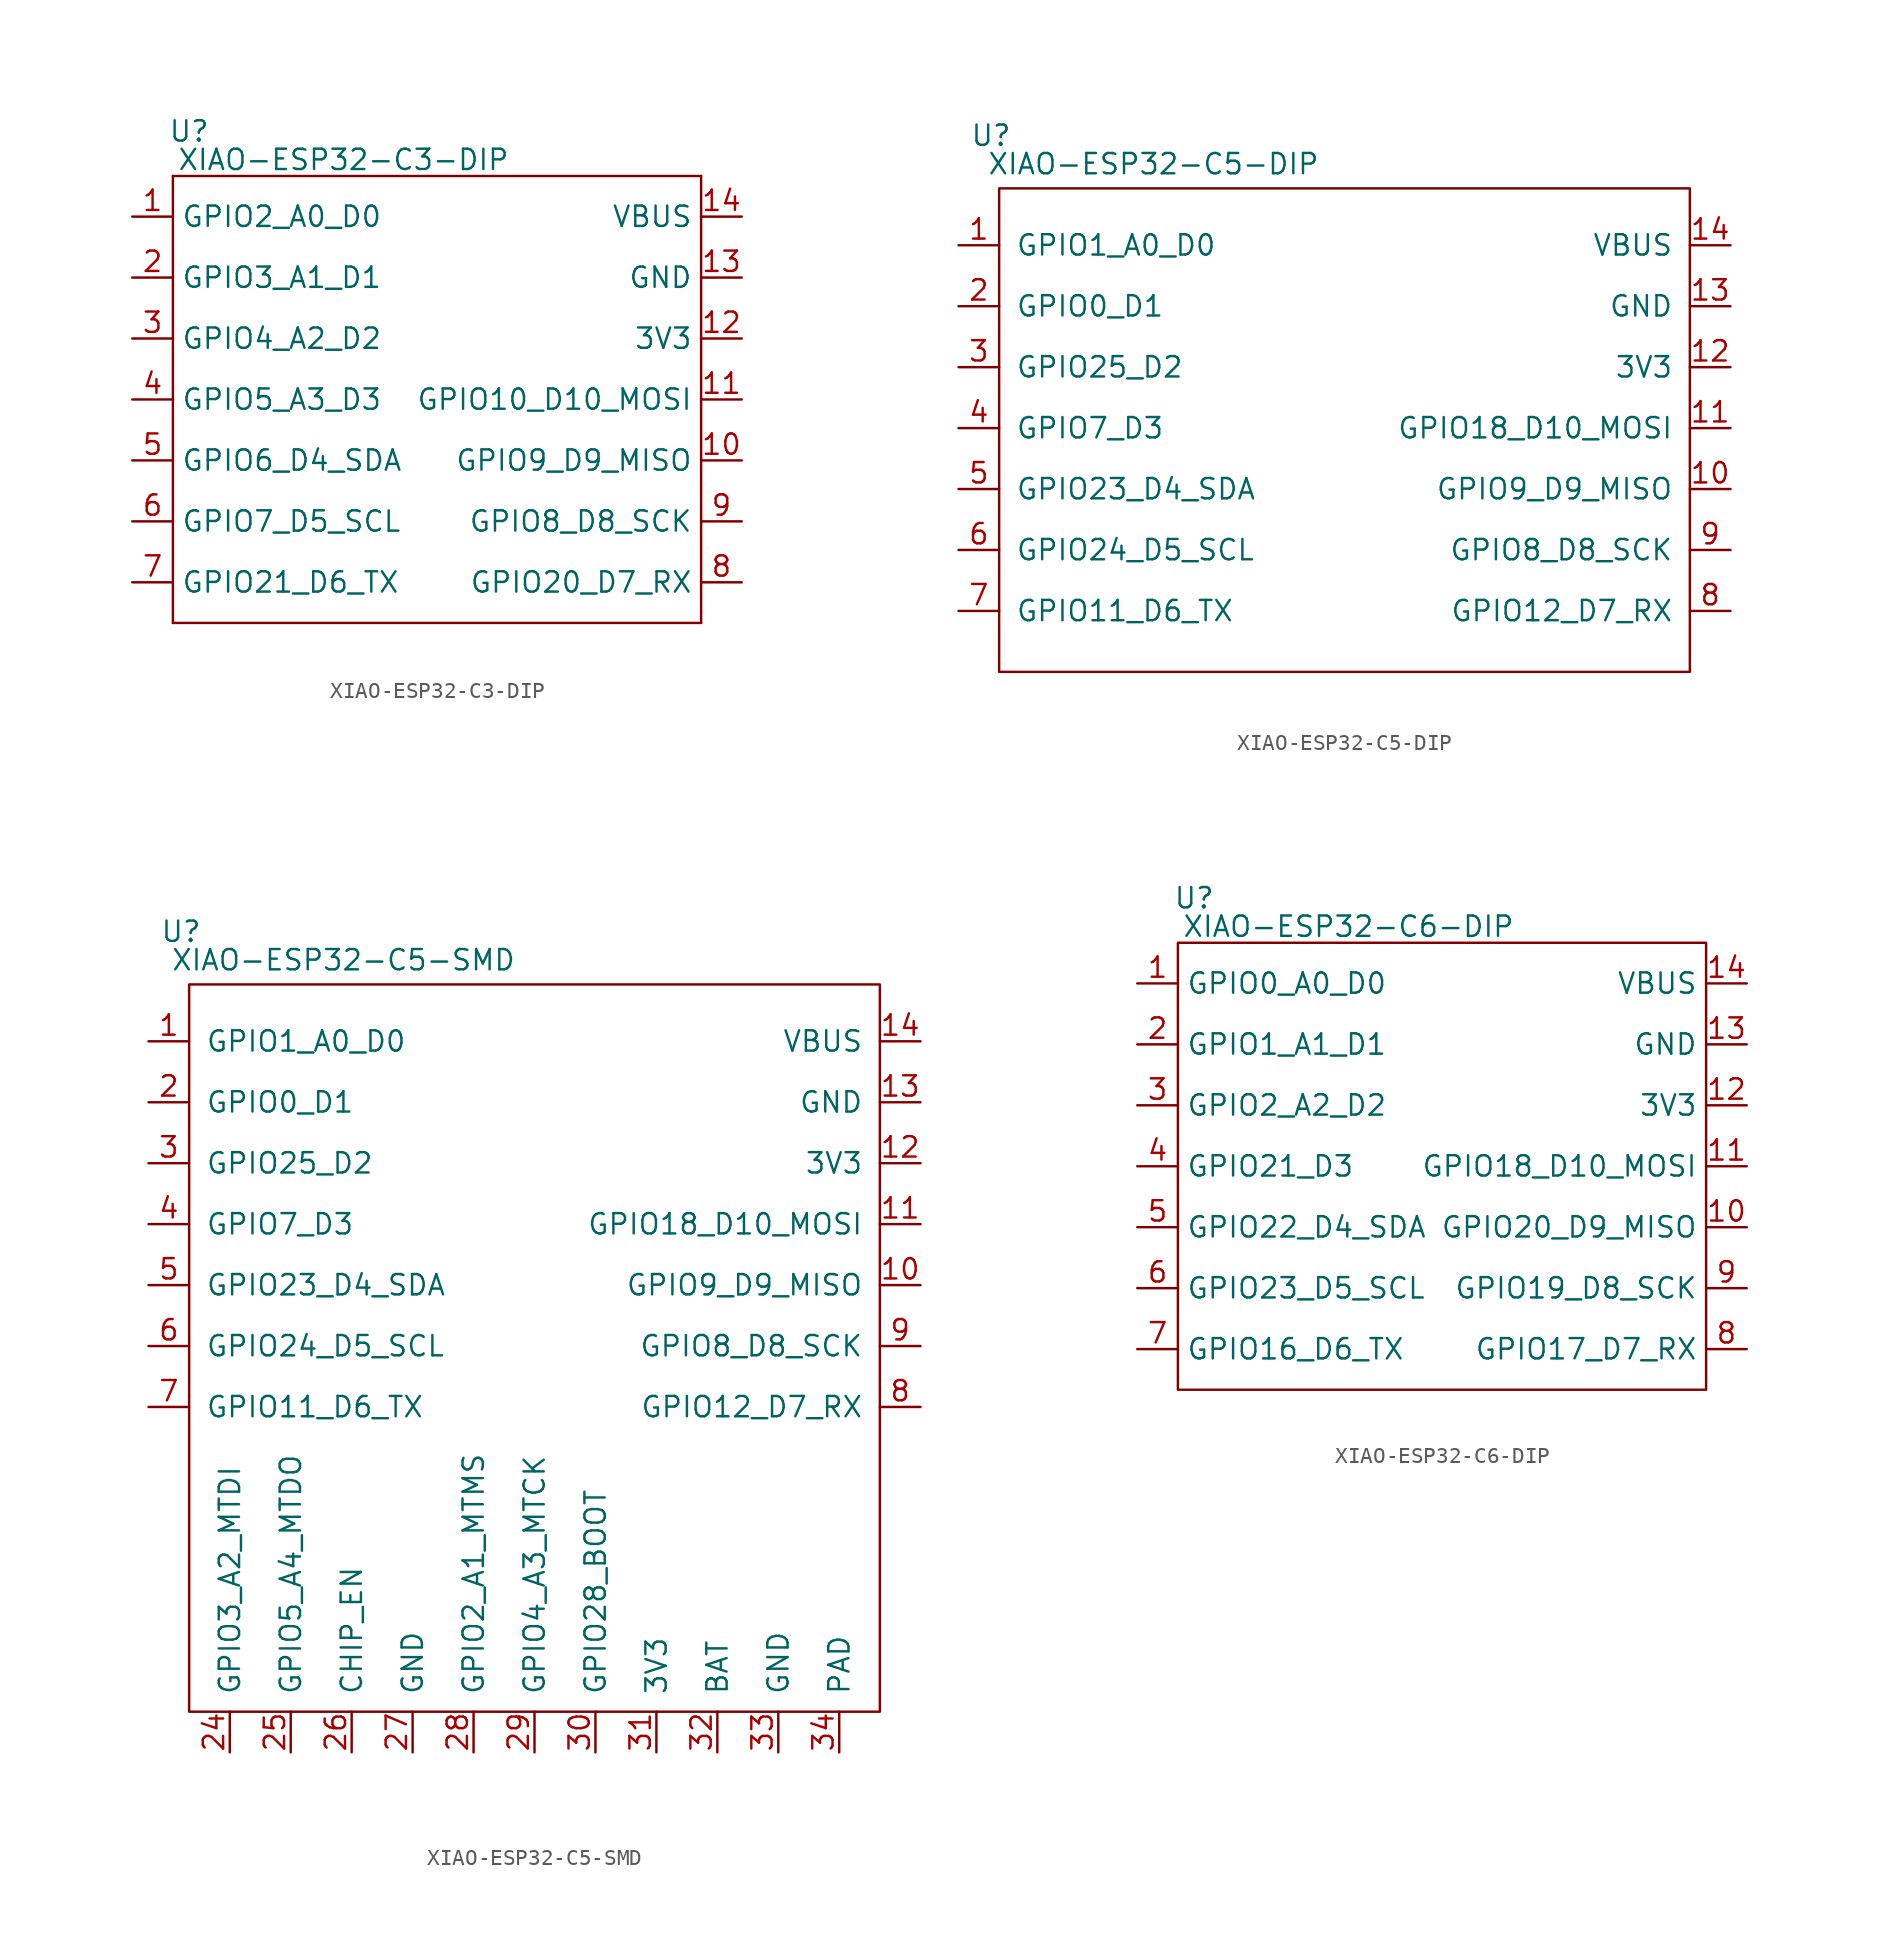
<source format=kicad_sym>
(kicad_symbol_lib
  (version 20241209)
  (generator "kicad_symbol_editor")
  (generator_version "9.0")
  (symbol "XIAO-ESP32-C3-DIP"
    (property "Reference" "U"
      (at 1.016 2.794 0)
      (effects (font (size 1.27 1.27))))
    (property "Value" "XIAO-ESP32-C3-DIP"
      (at 10.668 1.016 0)
      (effects (font (size 1.27 1.27))))
    (symbol "XIAO-ESP32-C3-DIP_1_0"
      (polyline (pts (xy 0 0) (xy 33.02 0)) (stroke (width 0.152) (type solid)) (fill (type none)))
      (polyline (pts (xy 0 -2.54) (xy 0 0)) (stroke (width 0.152) (type solid)) (fill (type none)))
      (polyline (pts (xy 0 -6.35) (xy 0 -2.54)) (stroke (width 0.152) (type solid)) (fill (type none)))
      (polyline (pts (xy 0 -10.16) (xy 0 -6.35)) (stroke (width 0.152) (type solid)) (fill (type none)))
      (polyline (pts (xy 0 -13.97) (xy 0 -10.16)) (stroke (width 0.152) (type solid)) (fill (type none)))
      (polyline (pts (xy 0 -27.94) (xy 0 -13.97)) (stroke (width 0.152) (type solid)) (fill (type none)))
      (polyline (pts (xy 33.02 0) (xy 33.02 -2.54)) (stroke (width 0.152) (type solid)) (fill (type none)))
      (polyline (pts (xy 33.02 -2.54) (xy 33.02 -6.35)) (stroke (width 0.152) (type solid)) (fill (type none)))
      (polyline (pts (xy 33.02 -6.35) (xy 33.02 -10.16)) (stroke (width 0.152) (type solid)) (fill (type none)))
      (polyline (pts (xy 33.02 -10.16) (xy 33.02 -27.94)) (stroke (width 0.152) (type solid)) (fill (type none)))
      (polyline (pts (xy 33.02 -27.94) (xy 0 -27.94)) (stroke (width 0.152) (type solid)) (fill (type none))))
    (symbol "XIAO-ESP32-C3-DIP_1_1"
      (pin passive line (at -2.54 -2.54 0) (length 2.54) (name "GPIO2_A0_D0" (effects (font (size 1.27 1.27)))) (number "1" (effects (font (size 1.27 1.27)))))
      (pin passive line (at -2.54 -6.35 0) (length 2.54) (name "GPIO3_A1_D1" (effects (font (size 1.27 1.27)))) (number "2" (effects (font (size 1.27 1.27)))))
      (pin passive line (at -2.54 -10.16 0) (length 2.54) (name "GPIO4_A2_D2" (effects (font (size 1.27 1.27)))) (number "3" (effects (font (size 1.27 1.27)))))
      (pin passive line (at -2.54 -13.97 0) (length 2.54) (name "GPIO5_A3_D3" (effects (font (size 1.27 1.27)))) (number "4" (effects (font (size 1.27 1.27)))))
      (pin passive line (at -2.54 -17.78 0) (length 2.54) (name "GPIO6_D4_SDA" (effects (font (size 1.27 1.27)))) (number "5" (effects (font (size 1.27 1.27)))))
      (pin passive line (at -2.54 -21.59 0) (length 2.54) (name "GPIO7_D5_SCL" (effects (font (size 1.27 1.27)))) (number "6" (effects (font (size 1.27 1.27)))))
      (pin passive line (at -2.54 -25.4 0) (length 2.54) (name "GPIO21_D6_TX" (effects (font (size 1.27 1.27)))) (number "7" (effects (font (size 1.27 1.27)))))
      (pin passive line (at 35.56 -2.54 180) (length 2.54) (name "VBUS" (effects (font (size 1.27 1.27)))) (number "14" (effects (font (size 1.27 1.27)))))
      (pin passive line (at 35.56 -6.35 180) (length 2.54) (name "GND" (effects (font (size 1.27 1.27)))) (number "13" (effects (font (size 1.27 1.27)))))
      (pin passive line (at 35.56 -10.16 180) (length 2.54) (name "3V3" (effects (font (size 1.27 1.27)))) (number "12" (effects (font (size 1.27 1.27)))))
      (pin passive line (at 35.56 -13.97 180) (length 2.54) (name "GPIO10_D10_MOSI" (effects (font (size 1.27 1.27)))) (number "11" (effects (font (size 1.27 1.27)))))
      (pin passive line (at 35.56 -17.78 180) (length 2.54) (name "GPIO9_D9_MISO" (effects (font (size 1.27 1.27)))) (number "10" (effects (font (size 1.27 1.27)))))
      (pin passive line (at 35.56 -21.59 180) (length 2.54) (name "GPIO8_D8_SCK" (effects (font (size 1.27 1.27)))) (number "9" (effects (font (size 1.27 1.27)))))
      (pin passive line (at 35.56 -25.4 180) (length 2.54) (name "GPIO20_D7_RX" (effects (font (size 1.27 1.27)))) (number "8" (effects (font (size 1.27 1.27)))))))
  (symbol "XIAO-ESP32-C5-DIP"
    (pin_names
      (offset 1.016))
    (property "Reference" "U"
      (at -19.558 24.638 0)
      (effects (font (size 1.27 1.27))))
    (property "Value" "XIAO-ESP32-C5-DIP"
      (at -9.398 22.86 0)
      (effects (font (size 1.27 1.27))))
    (symbol "XIAO-ESP32-C5-DIP_0_1"
      (rectangle (start -19.05 21.336) (end 24.13 -8.89) (stroke (width 0) (type default)) (fill (type none))))
    (symbol "XIAO-ESP32-C5-DIP_1_1"
      (pin passive line (at -21.59 17.78 0) (length 2.54) (name "GPIO1_A0_D0" (effects (font (size 1.27 1.27)))) (number "1" (effects (font (size 1.27 1.27)))))
      (pin passive line (at -21.59 13.97 0) (length 2.54) (name "GPIO0_D1" (effects (font (size 1.27 1.27)))) (number "2" (effects (font (size 1.27 1.27)))))
      (pin passive line (at -21.59 10.16 0) (length 2.54) (name "GPIO25_D2" (effects (font (size 1.27 1.27)))) (number "3" (effects (font (size 1.27 1.27)))))
      (pin passive line (at -21.59 6.35 0) (length 2.54) (name "GPIO7_D3" (effects (font (size 1.27 1.27)))) (number "4" (effects (font (size 1.27 1.27)))))
      (pin passive line (at -21.59 2.54 0) (length 2.54) (name "GPIO23_D4_SDA" (effects (font (size 1.27 1.27)))) (number "5" (effects (font (size 1.27 1.27)))))
      (pin passive line (at -21.59 -1.27 0) (length 2.54) (name "GPIO24_D5_SCL" (effects (font (size 1.27 1.27)))) (number "6" (effects (font (size 1.27 1.27)))))
      (pin passive line (at -21.59 -5.08 0) (length 2.54) (name "GPIO11_D6_TX" (effects (font (size 1.27 1.27)))) (number "7" (effects (font (size 1.27 1.27)))))
      (pin passive line (at 26.67 17.78 180) (length 2.54) (name "VBUS" (effects (font (size 1.27 1.27)))) (number "14" (effects (font (size 1.27 1.27)))))
      (pin passive line (at 26.67 13.97 180) (length 2.54) (name "GND" (effects (font (size 1.27 1.27)))) (number "13" (effects (font (size 1.27 1.27)))))
      (pin passive line (at 26.67 10.16 180) (length 2.54) (name "3V3" (effects (font (size 1.27 1.27)))) (number "12" (effects (font (size 1.27 1.27)))))
      (pin passive line (at 26.67 6.35 180) (length 2.54) (name "GPIO18_D10_MOSI" (effects (font (size 1.27 1.27)))) (number "11" (effects (font (size 1.27 1.27)))))
      (pin passive line (at 26.67 2.54 180) (length 2.54) (name "GPIO9_D9_MISO" (effects (font (size 1.27 1.27)))) (number "10" (effects (font (size 1.27 1.27)))))
      (pin passive line (at 26.67 -1.27 180) (length 2.54) (name "GPIO8_D8_SCK" (effects (font (size 1.27 1.27)))) (number "9" (effects (font (size 1.27 1.27)))))
      (pin passive line (at 26.67 -5.08 180) (length 2.54) (name "GPIO12_D7_RX" (effects (font (size 1.27 1.27)))) (number "8" (effects (font (size 1.27 1.27)))))))
  (symbol "XIAO-ESP32-C5-SMD"
    (pin_names
      (offset 1.016))
    (property "Reference" "U"
      (at -19.558 24.638 0)
      (effects (font (size 1.27 1.27))))
    (property "Value" "XIAO-ESP32-C5-SMD"
      (at -9.398 22.86 0)
      (effects (font (size 1.27 1.27))))
    (symbol "XIAO-ESP32-C5-SMD_0_1"
      (rectangle (start -19.05 21.336) (end 24.13 -24.13) (stroke (width 0) (type default)) (fill (type none))))
    (symbol "XIAO-ESP32-C5-SMD_1_1"
      (pin passive line (at -21.59 17.78 0) (length 2.54) (name "GPIO1_A0_D0" (effects (font (size 1.27 1.27)))) (number "1" (effects (font (size 1.27 1.27)))))
      (pin passive line (at -21.59 13.97 0) (length 2.54) (name "GPIO0_D1" (effects (font (size 1.27 1.27)))) (number "2" (effects (font (size 1.27 1.27)))))
      (pin passive line (at -21.59 10.16 0) (length 2.54) (name "GPIO25_D2" (effects (font (size 1.27 1.27)))) (number "3" (effects (font (size 1.27 1.27)))))
      (pin passive line (at -21.59 6.35 0) (length 2.54) (name "GPIO7_D3" (effects (font (size 1.27 1.27)))) (number "4" (effects (font (size 1.27 1.27)))))
      (pin passive line (at -21.59 2.54 0) (length 2.54) (name "GPIO23_D4_SDA" (effects (font (size 1.27 1.27)))) (number "5" (effects (font (size 1.27 1.27)))))
      (pin passive line (at -21.59 -1.27 0) (length 2.54) (name "GPIO24_D5_SCL" (effects (font (size 1.27 1.27)))) (number "6" (effects (font (size 1.27 1.27)))))
      (pin passive line (at -21.59 -5.08 0) (length 2.54) (name "GPIO11_D6_TX" (effects (font (size 1.27 1.27)))) (number "7" (effects (font (size 1.27 1.27)))))
      (pin passive line (at -16.51 -26.67 90) (length 2.54) (name "GPIO3_A2_MTDI" (effects (font (size 1.27 1.27)))) (number "24" (effects (font (size 1.27 1.27)))))
      (pin passive line (at -12.7 -26.67 90) (length 2.54) (name "GPIO5_A4_MTDO" (effects (font (size 1.27 1.27)))) (number "25" (effects (font (size 1.27 1.27)))))
      (pin passive line (at -8.89 -26.67 90) (length 2.54) (name "CHIP_EN" (effects (font (size 1.27 1.27)))) (number "26" (effects (font (size 1.27 1.27)))))
      (pin passive line (at -5.08 -26.67 90) (length 2.54) (name "GND" (effects (font (size 1.27 1.27)))) (number "27" (effects (font (size 1.27 1.27)))))
      (pin passive line (at -1.27 -26.67 90) (length 2.54) (name "GPIO2_A1_MTMS" (effects (font (size 1.27 1.27)))) (number "28" (effects (font (size 1.27 1.27)))))
      (pin passive line (at 2.54 -26.67 90) (length 2.54) (name "GPIO4_A3_MTCK" (effects (font (size 1.27 1.27)))) (number "29" (effects (font (size 1.27 1.27)))))
      (pin passive line (at 6.35 -26.67 90) (length 2.54) (name "GPIO28_BOOT" (effects (font (size 1.27 1.27)))) (number "30" (effects (font (size 1.27 1.27)))))
      (pin passive line (at 10.16 -26.67 90) (length 2.54) (name "3V3" (effects (font (size 1.27 1.27)))) (number "31" (effects (font (size 1.27 1.27)))))
      (pin passive line (at 13.97 -26.67 90) (length 2.54) (name "BAT" (effects (font (size 1.27 1.27)))) (number "32" (effects (font (size 1.27 1.27)))))
      (pin passive line (at 17.78 -26.67 90) (length 2.54) (name "GND" (effects (font (size 1.27 1.27)))) (number "33" (effects (font (size 1.27 1.27)))))
      (pin passive line (at 21.59 -26.67 90) (length 2.54) (name "PAD" (effects (font (size 1.27 1.27)))) (number "34" (effects (font (size 1.27 1.27)))))
      (pin passive line (at 26.67 17.78 180) (length 2.54) (name "VBUS" (effects (font (size 1.27 1.27)))) (number "14" (effects (font (size 1.27 1.27)))))
      (pin passive line (at 26.67 13.97 180) (length 2.54) (name "GND" (effects (font (size 1.27 1.27)))) (number "13" (effects (font (size 1.27 1.27)))))
      (pin passive line (at 26.67 10.16 180) (length 2.54) (name "3V3" (effects (font (size 1.27 1.27)))) (number "12" (effects (font (size 1.27 1.27)))))
      (pin passive line (at 26.67 6.35 180) (length 2.54) (name "GPIO18_D10_MOSI" (effects (font (size 1.27 1.27)))) (number "11" (effects (font (size 1.27 1.27)))))
      (pin passive line (at 26.67 2.54 180) (length 2.54) (name "GPIO9_D9_MISO" (effects (font (size 1.27 1.27)))) (number "10" (effects (font (size 1.27 1.27)))))
      (pin passive line (at 26.67 -1.27 180) (length 2.54) (name "GPIO8_D8_SCK" (effects (font (size 1.27 1.27)))) (number "9" (effects (font (size 1.27 1.27)))))
      (pin passive line (at 26.67 -5.08 180) (length 2.54) (name "GPIO12_D7_RX" (effects (font (size 1.27 1.27)))) (number "8" (effects (font (size 1.27 1.27)))))))
  (symbol "XIAO-ESP32-C6-DIP"
    (property "Reference" "U"
      (at -16.764 11.684 0)
      (effects (font (size 1.27 1.27))))
    (property "Value" "XIAO-ESP32-C6-DIP"
      (at -7.112 9.906 0)
      (effects (font (size 1.27 1.27))))
    (symbol "XIAO-ESP32-C6-DIP_0_1"
      (rectangle (start -17.78 8.89) (end 15.24 -19.05) (stroke (width 0) (type default)) (fill (type none))))
    (symbol "XIAO-ESP32-C6-DIP_1_1"
      (pin passive line (at -20.32 6.35 0) (length 2.54) (name "GPIO0_A0_D0" (effects (font (size 1.27 1.27)))) (number "1" (effects (font (size 1.27 1.27)))))
      (pin passive line (at -20.32 2.54 0) (length 2.54) (name "GPIO1_A1_D1" (effects (font (size 1.27 1.27)))) (number "2" (effects (font (size 1.27 1.27)))))
      (pin passive line (at -20.32 -1.27 0) (length 2.54) (name "GPIO2_A2_D2" (effects (font (size 1.27 1.27)))) (number "3" (effects (font (size 1.27 1.27)))))
      (pin passive line (at -20.32 -5.08 0) (length 2.54) (name "GPIO21_D3" (effects (font (size 1.27 1.27)))) (number "4" (effects (font (size 1.27 1.27)))))
      (pin passive line (at -20.32 -8.89 0) (length 2.54) (name "GPIO22_D4_SDA" (effects (font (size 1.27 1.27)))) (number "5" (effects (font (size 1.27 1.27)))))
      (pin passive line (at -20.32 -12.7 0) (length 2.54) (name "GPIO23_D5_SCL" (effects (font (size 1.27 1.27)))) (number "6" (effects (font (size 1.27 1.27)))))
      (pin passive line (at -20.32 -16.51 0) (length 2.54) (name "GPIO16_D6_TX" (effects (font (size 1.27 1.27)))) (number "7" (effects (font (size 1.27 1.27)))))
      (pin passive line (at 17.78 6.35 180) (length 2.54) (name "VBUS" (effects (font (size 1.27 1.27)))) (number "14" (effects (font (size 1.27 1.27)))))
      (pin passive line (at 17.78 2.54 180) (length 2.54) (name "GND" (effects (font (size 1.27 1.27)))) (number "13" (effects (font (size 1.27 1.27)))))
      (pin passive line (at 17.78 -1.27 180) (length 2.54) (name "3V3" (effects (font (size 1.27 1.27)))) (number "12" (effects (font (size 1.27 1.27)))))
      (pin passive line (at 17.78 -5.08 180) (length 2.54) (name "GPIO18_D10_MOSI" (effects (font (size 1.27 1.27)))) (number "11" (effects (font (size 1.27 1.27)))))
      (pin passive line (at 17.78 -8.89 180) (length 2.54) (name "GPIO20_D9_MISO" (effects (font (size 1.27 1.27)))) (number "10" (effects (font (size 1.27 1.27)))))
      (pin passive line (at 17.78 -12.7 180) (length 2.54) (name "GPIO19_D8_SCK" (effects (font (size 1.27 1.27)))) (number "9" (effects (font (size 1.27 1.27)))))
      (pin passive line (at 17.78 -16.51 180) (length 2.54) (name "GPIO17_D7_RX" (effects (font (size 1.27 1.27)))) (number "8" (effects (font (size 1.27 1.27))))))))
</source>
